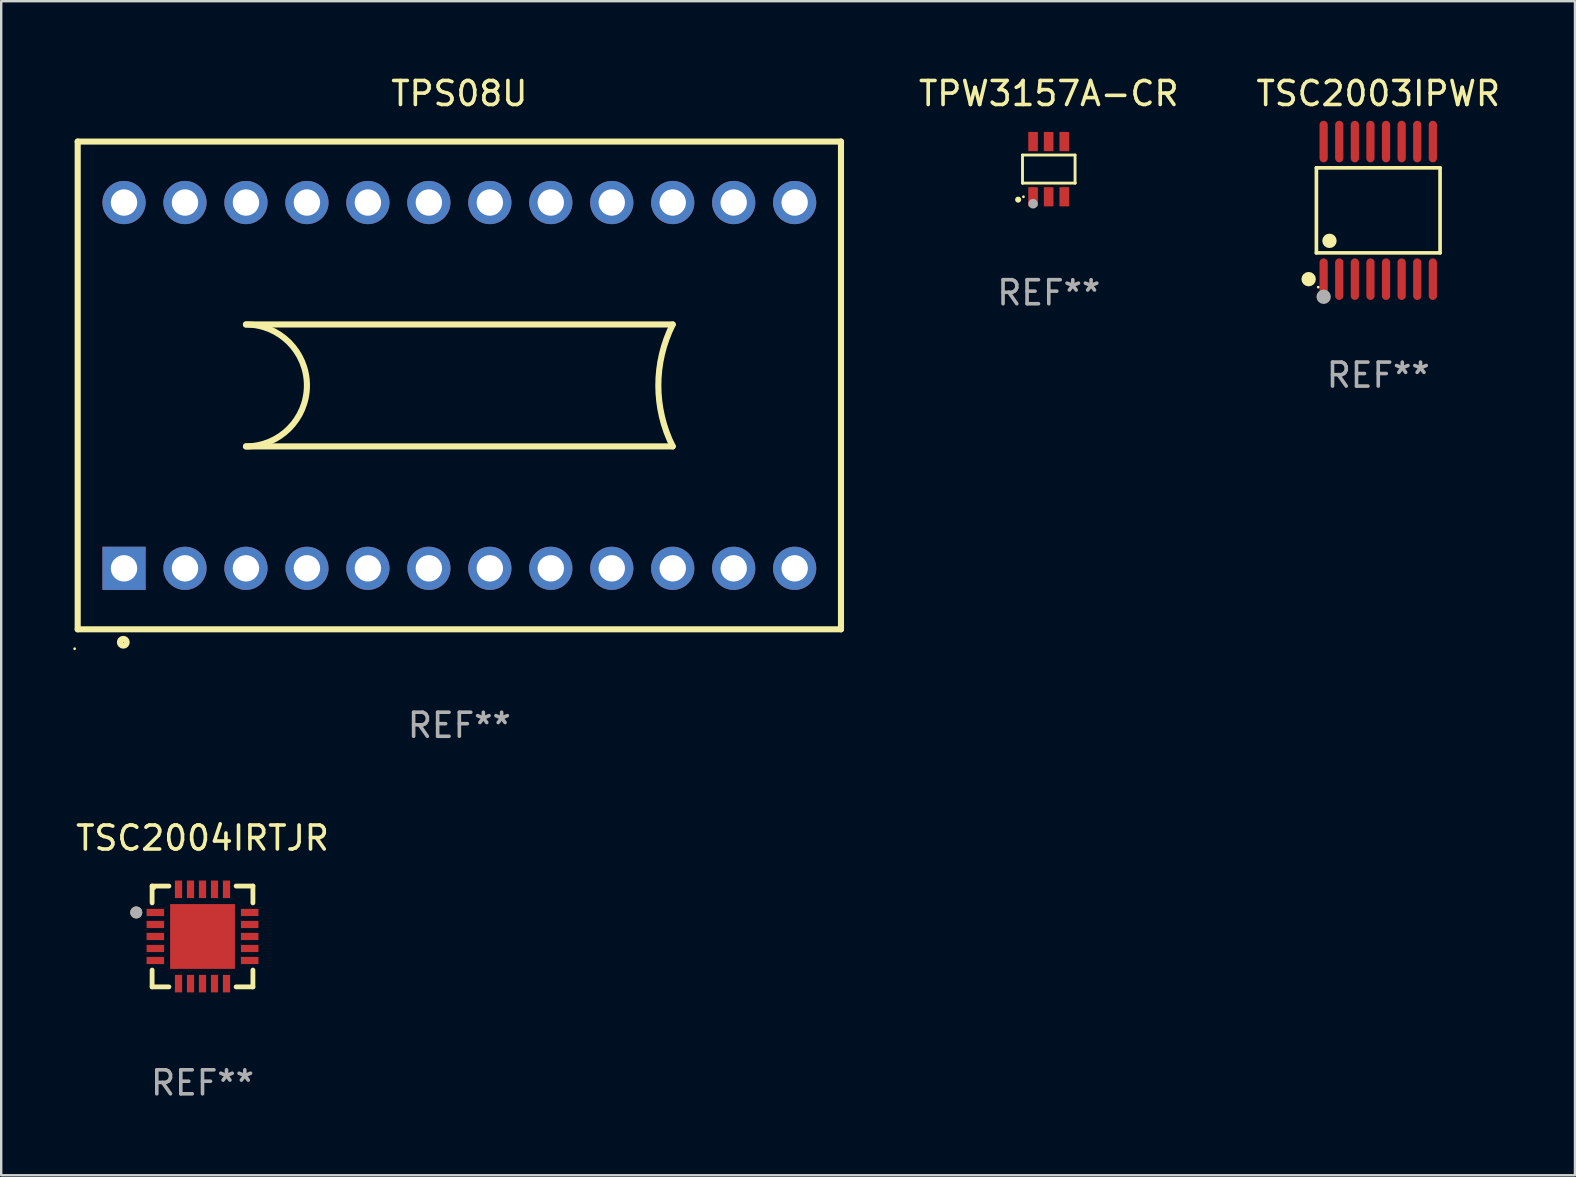
<source format=kicad_pcb>
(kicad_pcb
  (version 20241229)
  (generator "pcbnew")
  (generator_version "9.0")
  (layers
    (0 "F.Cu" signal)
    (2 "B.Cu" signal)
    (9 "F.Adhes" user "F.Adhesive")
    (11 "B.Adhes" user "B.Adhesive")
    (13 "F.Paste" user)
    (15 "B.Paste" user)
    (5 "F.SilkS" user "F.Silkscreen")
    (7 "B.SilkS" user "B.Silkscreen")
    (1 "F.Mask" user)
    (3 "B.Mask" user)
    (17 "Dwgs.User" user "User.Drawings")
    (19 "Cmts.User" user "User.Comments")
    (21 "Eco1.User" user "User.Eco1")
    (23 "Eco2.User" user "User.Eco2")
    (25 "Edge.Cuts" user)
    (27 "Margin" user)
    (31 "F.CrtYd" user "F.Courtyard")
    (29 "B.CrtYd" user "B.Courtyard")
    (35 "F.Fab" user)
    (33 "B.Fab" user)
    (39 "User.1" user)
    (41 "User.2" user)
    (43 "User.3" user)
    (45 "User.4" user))
  (footprint "TPW3157A-CR"
    (layer "F.Cu")
    (at 40.644 3.998)
    (property "Reference" "TPW3157A-CR" (at 0 -3.15 0) (layer "F.SilkS") (effects (font (size 1 1) (thickness 0.15))))
    (attr through_hole)
    (fp_line (start -1.095 -0.59) (end 1.095 -0.59) (stroke (width 0.12) (type solid)) (layer "F.SilkS"))
    (fp_line (start -1.095 0.58) (end -1.095 -0.59) (stroke (width 0.12) (type solid)) (layer "F.SilkS"))
    (fp_line (start -1.085 0.58) (end -1.095 0.58) (stroke (width 0.12) (type solid)) (layer "F.SilkS"))
    (fp_line (start 1.095 -0.59) (end 1.095 0.57) (stroke (width 0.12) (type solid)) (layer "F.SilkS"))
    (fp_line (start 1.095 0.57) (end 1.095 0.58) (stroke (width 0.12) (type solid)) (layer "F.SilkS"))
    (fp_line (start 1.095 0.58) (end -1.085 0.58) (stroke (width 0.12) (type solid)) (layer "F.SilkS"))
    (fp_arc (start -1.277521 1.270003) (mid -1.276251 1.269996) (end -1.274981 1.270003) (stroke (width 0.24892) (type solid)) (layer "F.SilkS"))
    (fp_circle (center -1.055 1.15) (end -1.025 1.15) (stroke (width 0.06) (type solid)) (fill no) (layer "F.SilkS"))
    (fp_circle (center -0.655 1.44) (end -0.555 1.44) (stroke (width 0.2) (type solid)) (fill no) (layer "F.Fab"))
    (fp_text user "REF**" (at 0 5.15 0) (layer "F.Fab") (effects (font (size 1 1) (thickness 0.15))))
    (pad "1" smd rect (at -0.655 1.15) (size 0.4 0.8) (layers "F.Cu" "F.Mask" "F.Paste"))
    (pad "2" smd rect (at -0.005 1.15) (size 0.4 0.8) (layers "F.Cu" "F.Mask" "F.Paste"))
    (pad "3" smd rect (at 0.645 1.15) (size 0.4 0.8) (layers "F.Cu" "F.Mask" "F.Paste"))
    (pad "4" smd rect (at 0.645 -1.15) (size 0.4 0.8) (layers "F.Cu" "F.Mask" "F.Paste"))
    (pad "5" smd rect (at -0.005 -1.15 180) (size 0.4 0.8) (layers "F.Cu" "F.Mask" "F.Paste"))
    (pad "6" smd rect (at -0.655 -1.15) (size 0.4 0.8) (layers "F.Cu" "F.Mask" "F.Paste")))
  (footprint "TSC2004IRTJR"
    (layer "F.Cu")
    (at 5.387 35.965)
    (property "Reference" "TSC2004IRTJR" (at 0 -4.1 0) (layer "F.SilkS") (effects (font (size 1 1) (thickness 0.15))))
    (attr through_hole)
    (fp_line (start -2.1 -2.1) (end -2.1 -1.4) (stroke (width 0.2) (type solid)) (layer "F.SilkS"))
    (fp_line (start -2.1 1.4) (end -2.1 2.1) (stroke (width 0.2) (type solid)) (layer "F.SilkS"))
    (fp_line (start -2.1 2.1) (end -1.4 2.1) (stroke (width 0.2) (type solid)) (layer "F.SilkS"))
    (fp_line (start -1.4 -2.1) (end -2.1 -2.1) (stroke (width 0.2) (type solid)) (layer "F.SilkS"))
    (fp_line (start 1.4 2.1) (end 2.1 2.1) (stroke (width 0.2) (type solid)) (layer "F.SilkS"))
    (fp_line (start 2.1 -2.1) (end 1.4 -2.1) (stroke (width 0.2) (type solid)) (layer "F.SilkS"))
    (fp_line (start 2.1 -1.4) (end 2.1 -2.1) (stroke (width 0.2) (type solid)) (layer "F.SilkS"))
    (fp_line (start 2.1 2.1) (end 2.1 1.4) (stroke (width 0.2) (type solid)) (layer "F.SilkS"))
    (fp_circle (center -2.76 -1) (end -2.635 -1) (stroke (width 0.25) (type solid)) (fill no) (layer "F.SilkS"))
    (fp_circle (center -2 -2) (end -1.97 -2) (stroke (width 0.06) (type solid)) (fill no) (layer "F.SilkS"))
    (fp_circle (center -2.76 -1) (end -2.635 -1) (stroke (width 0.25) (type solid)) (fill no) (layer "F.Fab"))
    (fp_text user "REF**" (at 0 6.1 0) (layer "F.Fab") (effects (font (size 1 1) (thickness 0.15))))
    (pad "1" smd rect (at -1.965 -1) (size 0.73 0.3) (layers "F.Cu" "F.Mask" "F.Paste"))
    (pad "2" smd rect (at -1.965 -0.5) (size 0.73 0.3) (layers "F.Cu" "F.Mask" "F.Paste"))
    (pad "3" smd rect (at -1.965 0) (size 0.73 0.3) (layers "F.Cu" "F.Mask" "F.Paste"))
    (pad "4" smd rect (at -1.965 0.5) (size 0.73 0.3) (layers "F.Cu" "F.Mask" "F.Paste"))
    (pad "5" smd rect (at -1.965 1) (size 0.73 0.3) (layers "F.Cu" "F.Mask" "F.Paste"))
    (pad "6" smd rect (at -1 1.965) (size 0.3 0.73) (layers "F.Cu" "F.Mask" "F.Paste"))
    (pad "7" smd rect (at -0.5 1.965) (size 0.3 0.73) (layers "F.Cu" "F.Mask" "F.Paste"))
    (pad "8" smd rect (at 0 1.965) (size 0.3 0.73) (layers "F.Cu" "F.Mask" "F.Paste"))
    (pad "9" smd rect (at 0.5 1.965) (size 0.3 0.73) (layers "F.Cu" "F.Mask" "F.Paste"))
    (pad "10" smd rect (at 1 1.965) (size 0.3 0.73) (layers "F.Cu" "F.Mask" "F.Paste"))
    (pad "11" smd rect (at 1.965 1) (size 0.73 0.3) (layers "F.Cu" "F.Mask" "F.Paste"))
    (pad "12" smd rect (at 1.965 0.5) (size 0.73 0.3) (layers "F.Cu" "F.Mask" "F.Paste"))
    (pad "13" smd rect (at 1.965 0) (size 0.73 0.3) (layers "F.Cu" "F.Mask" "F.Paste"))
    (pad "14" smd rect (at 1.965 -0.5) (size 0.73 0.3) (layers "F.Cu" "F.Mask" "F.Paste"))
    (pad "15" smd rect (at 1.965 -1) (size 0.73 0.3) (layers "F.Cu" "F.Mask" "F.Paste"))
    (pad "16" smd rect (at 1 -1.965) (size 0.3 0.73) (layers "F.Cu" "F.Mask" "F.Paste"))
    (pad "17" smd rect (at 0.5 -1.965) (size 0.3 0.73) (layers "F.Cu" "F.Mask" "F.Paste"))
    (pad "18" smd rect (at 0 -1.965) (size 0.3 0.73) (layers "F.Cu" "F.Mask" "F.Paste"))
    (pad "19" smd rect (at -0.5 -1.965) (size 0.3 0.73) (layers "F.Cu" "F.Mask" "F.Paste"))
    (pad "20" smd rect (at -1 -1.965) (size 0.3 0.73) (layers "F.Cu" "F.Mask" "F.Paste"))
    (pad "21" smd rect (at 0 0) (size 2.7 2.7) (layers "F.Cu" "F.Mask" "F.Paste")))
  (footprint "TPS08U"
    (layer "F.Cu")
    (at 16.087 13.008)
    (property "Reference" "TPS08U" (at 0 -12.16 0) (layer "F.SilkS") (effects (font (size 1 1) (thickness 0.15))))
    (attr through_hole)
    (fp_line (start -15.9 -10.16) (end -15.9 10.16) (stroke (width 0.254) (type solid)) (layer "F.SilkS"))
    (fp_line (start -15.9 -10.16) (end 15.9 -10.16) (stroke (width 0.254) (type solid)) (layer "F.SilkS"))
    (fp_line (start -15.9 10.16) (end 15.9 10.16) (stroke (width 0.254) (type solid)) (layer "F.SilkS"))
    (fp_line (start -8.89 -2.54) (end 8.89 -2.54) (stroke (width 0.254) (type solid)) (layer "F.SilkS"))
    (fp_line (start -8.89 2.54) (end 8.89 2.54) (stroke (width 0.254) (type solid)) (layer "F.SilkS"))
    (fp_line (start 15.9 -10.16) (end 15.9 10.16) (stroke (width 0.254) (type solid)) (layer "F.SilkS"))
    (fp_arc (start -8.890018 -2.540005) (mid -6.350013 0) (end -8.890018 2.540005) (stroke (width 0.254001) (type solid)) (layer "F.SilkS"))
    (fp_arc (start 8.890018 2.540005) (mid 8.290404 0) (end 8.890018 -2.540005) (stroke (width 0.254001) (type solid)) (layer "F.SilkS"))
    (fp_circle (center -16.027 10.969) (end -15.997 10.969) (stroke (width 0.06) (type solid)) (fill no) (layer "F.SilkS"))
    (fp_circle (center -14 10.7) (end -13.859 10.7) (stroke (width 0.254) (type solid)) (fill no) (layer "F.SilkS"))
    (fp_text user "REF**" (at 0 14.16 0) (layer "F.Fab") (effects (font (size 1 1) (thickness 0.15))))
    (pad "1" thru_hole rect (at -13.97 7.62) (size 1.8 1.8) (drill 1.1) (layers "*.Cu" "*.Mask"))
    (pad "2" thru_hole circle (at -11.43 7.62) (size 1.8 1.8) (drill 1.1) (layers "*.Cu" "*.Mask"))
    (pad "3" thru_hole circle (at -8.89 7.62) (size 1.8 1.8) (drill 1.1) (layers "*.Cu" "*.Mask"))
    (pad "4" thru_hole circle (at -6.35 7.62) (size 1.8 1.8) (drill 1.1) (layers "*.Cu" "*.Mask"))
    (pad "5" thru_hole circle (at -3.81 7.62) (size 1.8 1.8) (drill 1.1) (layers "*.Cu" "*.Mask"))
    (pad "6" thru_hole circle (at -1.27 7.62) (size 1.8 1.8) (drill 1.1) (layers "*.Cu" "*.Mask"))
    (pad "7" thru_hole circle (at 1.27 7.62) (size 1.8 1.8) (drill 1.1) (layers "*.Cu" "*.Mask"))
    (pad "8" thru_hole circle (at 3.81 7.62) (size 1.8 1.8) (drill 1.1) (layers "*.Cu" "*.Mask"))
    (pad "9" thru_hole circle (at 6.35 7.62) (size 1.8 1.8) (drill 1.1) (layers "*.Cu" "*.Mask"))
    (pad "10" thru_hole circle (at 8.89 7.62) (size 1.8 1.8) (drill 1.1) (layers "*.Cu" "*.Mask"))
    (pad "11" thru_hole circle (at 11.43 7.62) (size 1.8 1.8) (drill 1.1) (layers "*.Cu" "*.Mask"))
    (pad "12" thru_hole circle (at 13.97 7.62) (size 1.8 1.8) (drill 1.1) (layers "*.Cu" "*.Mask"))
    (pad "13" thru_hole circle (at 13.97 -7.62) (size 1.8 1.8) (drill 1.1) (layers "*.Cu" "*.Mask"))
    (pad "14" thru_hole circle (at 11.43 -7.62) (size 1.8 1.8) (drill 1.1) (layers "*.Cu" "*.Mask"))
    (pad "15" thru_hole circle (at 8.89 -7.62) (size 1.8 1.8) (drill 1.1) (layers "*.Cu" "*.Mask"))
    (pad "16" thru_hole circle (at 6.35 -7.62) (size 1.8 1.8) (drill 1.1) (layers "*.Cu" "*.Mask"))
    (pad "17" thru_hole circle (at 3.81 -7.62) (size 1.8 1.8) (drill 1.1) (layers "*.Cu" "*.Mask"))
    (pad "18" thru_hole circle (at 1.27 -7.62) (size 1.8 1.8) (drill 1.1) (layers "*.Cu" "*.Mask"))
    (pad "19" thru_hole circle (at -1.27 -7.62) (size 1.8 1.8) (drill 1.1) (layers "*.Cu" "*.Mask"))
    (pad "20" thru_hole circle (at -3.81 -7.62) (size 1.8 1.8) (drill 1.1) (layers "*.Cu" "*.Mask"))
    (pad "21" thru_hole circle (at -6.35 -7.62) (size 1.8 1.8) (drill 1.1) (layers "*.Cu" "*.Mask"))
    (pad "22" thru_hole circle (at -8.89 -7.62) (size 1.8 1.8) (drill 1.1) (layers "*.Cu" "*.Mask"))
    (pad "23" thru_hole circle (at -11.43 -7.62) (size 1.8 1.8) (drill 1.1) (layers "*.Cu" "*.Mask"))
    (pad "24" thru_hole circle (at -13.97 -7.62) (size 1.8 1.8) (drill 1.1) (layers "*.Cu" "*.Mask")))
  (footprint "TSC2003IPWR"
    (layer "F.Cu")
    (at 54.37 5.714)
    (property "Reference" "TSC2003IPWR" (at 0 -4.866 0) (layer "F.SilkS") (effects (font (size 1 1) (thickness 0.15))))
    (attr through_hole)
    (fp_line (start -2.576 -1.772) (end 2.576 -1.772) (stroke (width 0.152) (type solid)) (layer "F.SilkS"))
    (fp_line (start -2.576 1.771) (end -2.576 -1.772) (stroke (width 0.152) (type solid)) (layer "F.SilkS"))
    (fp_line (start 2.576 -1.772) (end 2.576 1.771) (stroke (width 0.152) (type solid)) (layer "F.SilkS"))
    (fp_line (start 2.576 1.771) (end -2.576 1.771) (stroke (width 0.152) (type solid)) (layer "F.SilkS"))
    (fp_circle (center -2.899 2.866) (end -2.749 2.866) (stroke (width 0.3) (type solid)) (fill no) (layer "F.SilkS"))
    (fp_circle (center -2.5 3.2) (end -2.47 3.2) (stroke (width 0.06) (type solid)) (fill no) (layer "F.SilkS"))
    (fp_circle (center -2.032 1.27) (end -1.882 1.27) (stroke (width 0.3) (type solid)) (fill no) (layer "F.SilkS"))
    (fp_circle (center -2.275 3.6) (end -2.125 3.6) (stroke (width 0.3) (type solid)) (fill no) (layer "F.Fab"))
    (fp_text user "REF**" (at 0 6.866 0) (layer "F.Fab") (effects (font (size 1 1) (thickness 0.15))))
    (pad "1" smd oval (at -2.275 2.866) (size 0.343 1.731) (layers "F.Cu" "F.Mask" "F.Paste"))
    (pad "2" smd oval (at -1.625 2.866) (size 0.343 1.731) (layers "F.Cu" "F.Mask" "F.Paste"))
    (pad "3" smd oval (at -0.975 2.866) (size 0.343 1.731) (layers "F.Cu" "F.Mask" "F.Paste"))
    (pad "4" smd oval (at -0.325 2.866) (size 0.343 1.731) (layers "F.Cu" "F.Mask" "F.Paste"))
    (pad "5" smd oval (at 0.325 2.866) (size 0.343 1.731) (layers "F.Cu" "F.Mask" "F.Paste"))
    (pad "6" smd oval (at 0.975 2.866) (size 0.343 1.731) (layers "F.Cu" "F.Mask" "F.Paste"))
    (pad "7" smd oval (at 1.625 2.866) (size 0.343 1.731) (layers "F.Cu" "F.Mask" "F.Paste"))
    (pad "8" smd oval (at 2.275 2.866) (size 0.343 1.731) (layers "F.Cu" "F.Mask" "F.Paste"))
    (pad "9" smd oval (at 2.275 -2.866) (size 0.343 1.731) (layers "F.Cu" "F.Mask" "F.Paste"))
    (pad "10" smd oval (at 1.625 -2.866) (size 0.343 1.731) (layers "F.Cu" "F.Mask" "F.Paste"))
    (pad "11" smd oval (at 0.975 -2.866) (size 0.343 1.731) (layers "F.Cu" "F.Mask" "F.Paste"))
    (pad "12" smd oval (at 0.325 -2.866) (size 0.343 1.731) (layers "F.Cu" "F.Mask" "F.Paste"))
    (pad "13" smd oval (at -0.325 -2.866) (size 0.343 1.731) (layers "F.Cu" "F.Mask" "F.Paste"))
    (pad "14" smd oval (at -0.975 -2.866) (size 0.343 1.731) (layers "F.Cu" "F.Mask" "F.Paste"))
    (pad "15" smd oval (at -1.625 -2.866) (size 0.343 1.731) (layers "F.Cu" "F.Mask" "F.Paste"))
    (pad "16" smd oval (at -2.275 -2.866) (size 0.343 1.731) (layers "F.Cu" "F.Mask" "F.Paste")))
  (gr_rect
    (start -3 -3)
    (end 62.566 45.913)
    (stroke (width 0.1) (type default))
    (fill no)
    (layer "Edge.Cuts")))
</source>
